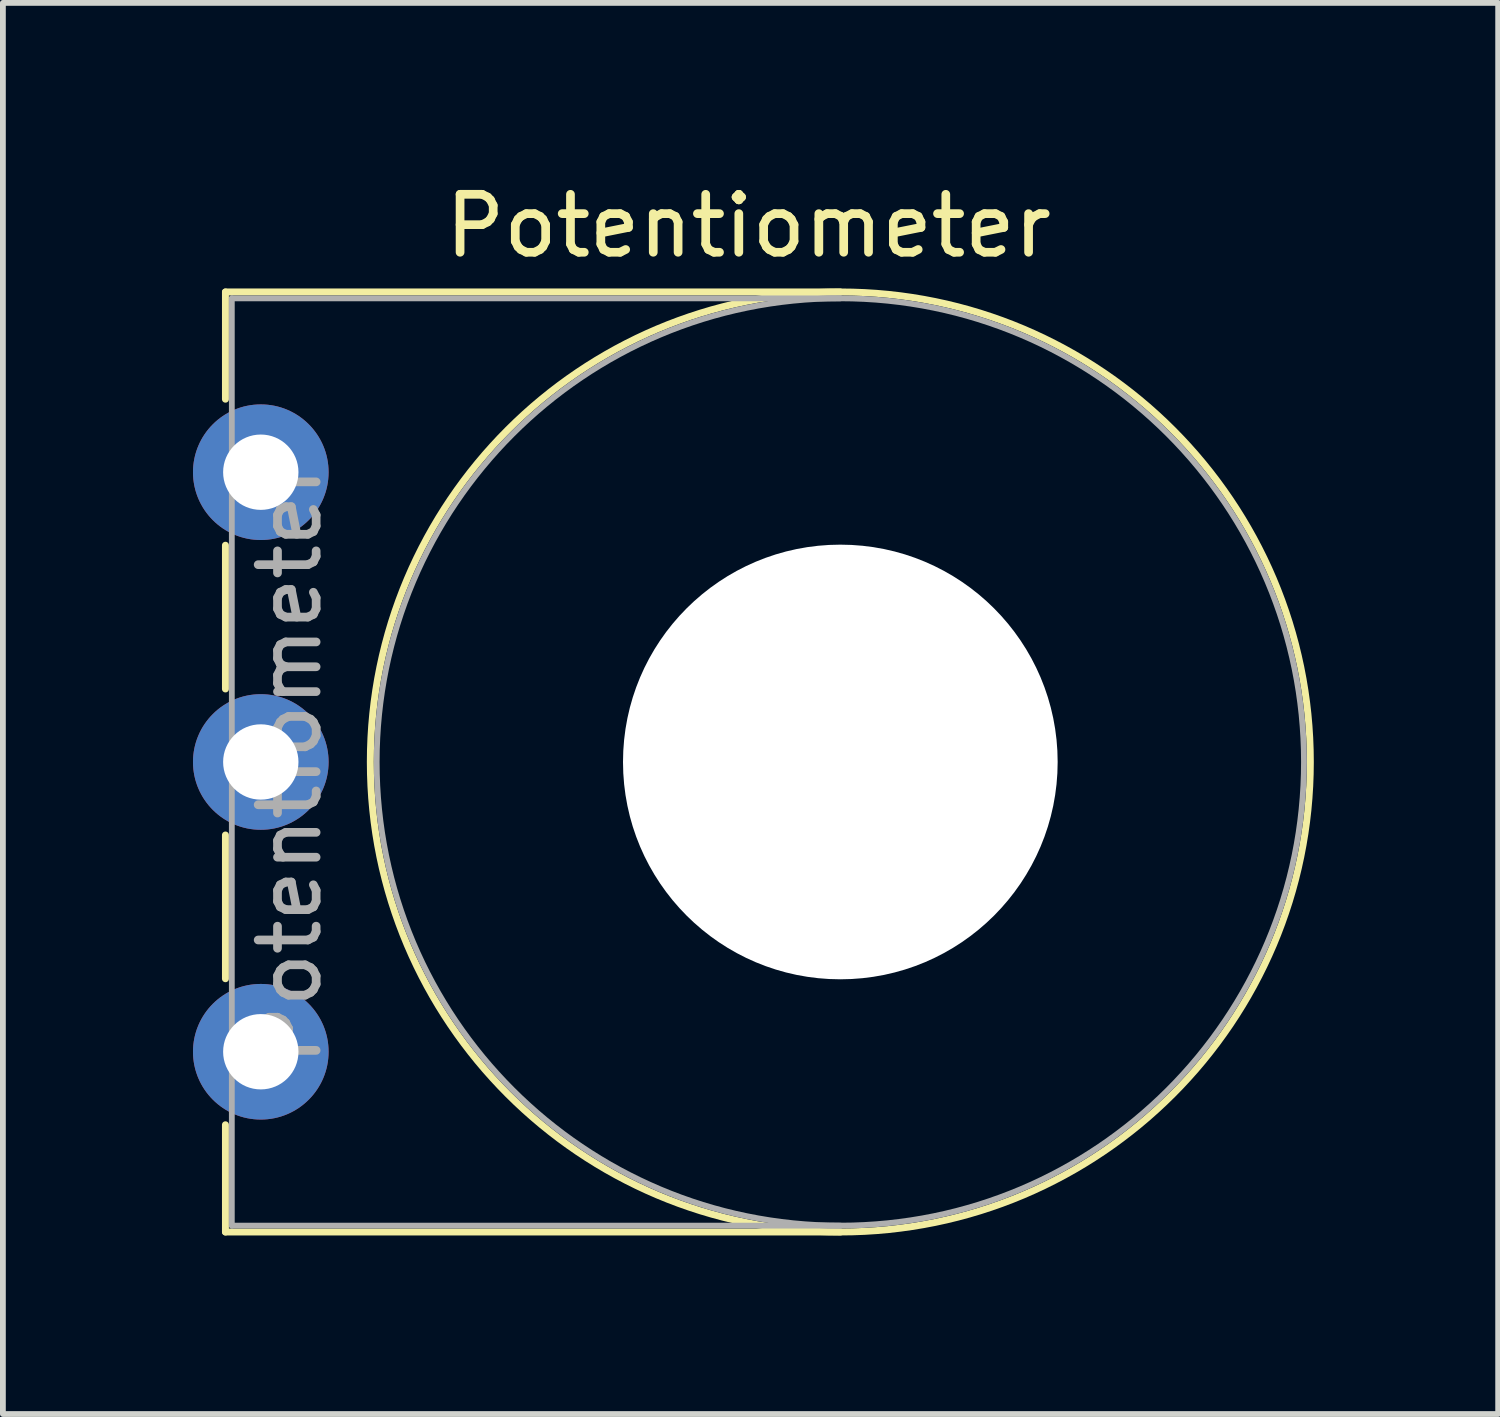
<source format=kicad_pcb>
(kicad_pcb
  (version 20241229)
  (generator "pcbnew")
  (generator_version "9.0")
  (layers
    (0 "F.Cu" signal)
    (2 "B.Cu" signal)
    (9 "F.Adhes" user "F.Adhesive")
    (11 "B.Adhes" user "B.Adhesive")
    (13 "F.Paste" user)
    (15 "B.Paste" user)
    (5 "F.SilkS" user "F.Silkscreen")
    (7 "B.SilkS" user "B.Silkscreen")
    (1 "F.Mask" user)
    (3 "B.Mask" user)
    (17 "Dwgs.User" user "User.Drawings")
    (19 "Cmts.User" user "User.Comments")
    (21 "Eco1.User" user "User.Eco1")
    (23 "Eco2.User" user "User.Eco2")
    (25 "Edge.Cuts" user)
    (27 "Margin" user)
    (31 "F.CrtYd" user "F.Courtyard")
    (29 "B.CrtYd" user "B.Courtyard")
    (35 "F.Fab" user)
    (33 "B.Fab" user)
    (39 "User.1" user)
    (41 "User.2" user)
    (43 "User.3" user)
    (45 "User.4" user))
  (footprint "Potentiometer"
    (layer "F.Cu")
    (at 1.45 15.098)
    (property "Reference" "Potentiometer" (at 8.415 -14.25 0) (layer "F.SilkS") (effects (font (size 1 1) (thickness 0.15))))
    (attr through_hole)
    (fp_line (start -0.61 -13.11) (end -0.61 -11.26) (stroke (width 0.12) (type solid)) (layer "F.SilkS"))
    (fp_line (start -0.61 -8.74) (end -0.61 -6.26) (stroke (width 0.12) (type solid)) (layer "F.SilkS"))
    (fp_line (start -0.61 -3.74) (end -0.61 -1.26) (stroke (width 0.12) (type solid)) (layer "F.SilkS"))
    (fp_line (start -0.61 1.26) (end -0.61 3.11) (stroke (width 0.12) (type solid)) (layer "F.SilkS"))
    (fp_line (start 10 -13.11) (end -0.61 -13.11) (stroke (width 0.12) (type solid)) (layer "F.SilkS"))
    (fp_line (start 10 3.11) (end -0.61 3.11) (stroke (width 0.12) (type solid)) (layer "F.SilkS"))
    (fp_circle (center 10 -5) (end 18.11 -5) (stroke (width 0.12) (type solid)) (fill no) (layer "F.SilkS"))
    (fp_line (start -1.4 -13.2) (end -1.4 3.2) (stroke (width 0.1) (type default)) (layer "Margin"))
    (fp_line (start -1.4 -13.2) (end 10 -13.2) (stroke (width 0.1) (type default)) (layer "Margin"))
    (fp_line (start -1.4 3.2) (end 10 3.2) (stroke (width 0.1) (type default)) (layer "Margin"))
    (fp_arc (start 10 -13.2) (mid 18.30061 -5) (end 10 3.2) (stroke (width 0.1) (type default)) (layer "Margin"))
    (fp_line (start -0.5 -13) (end -0.5 3) (stroke (width 0.1) (type solid)) (layer "F.Fab"))
    (fp_line (start -0.5 3) (end 10 3) (stroke (width 0.1) (type solid)) (layer "F.Fab"))
    (fp_line (start 10 -13) (end -0.5 -13) (stroke (width 0.1) (type solid)) (layer "F.Fab"))
    (fp_circle (center 10 -5) (end 18 -5) (stroke (width 0.1) (type solid)) (fill no) (layer "F.Fab"))
    (fp_text user "${REFERENCE}" (at 0.5 -5 90) (layer "F.Fab") (effects (font (size 1 1) (thickness 0.15))))
    (pad "" np_thru_hole circle (at 10 -5) (size 7.5 7.5) (drill 7.5) (layers "*.Cu" "*.Mask"))
    (pad "1" thru_hole circle (at 0 0) (size 2.34 2.34) (drill 1.3) (layers "*.Cu" "*.Mask"))
    (pad "2" thru_hole circle (at 0 -5) (size 2.34 2.34) (drill 1.3) (layers "*.Cu" "*.Mask"))
    (pad "3" thru_hole circle (at 0 -10) (size 2.34 2.34) (drill 1.3) (layers "*.Cu" "*.Mask")))
  (gr_rect
    (start -3 -3)
    (end 22.801 21.349)
    (stroke (width 0.1) (type default))
    (fill no)
    (layer "Edge.Cuts")))
</source>
